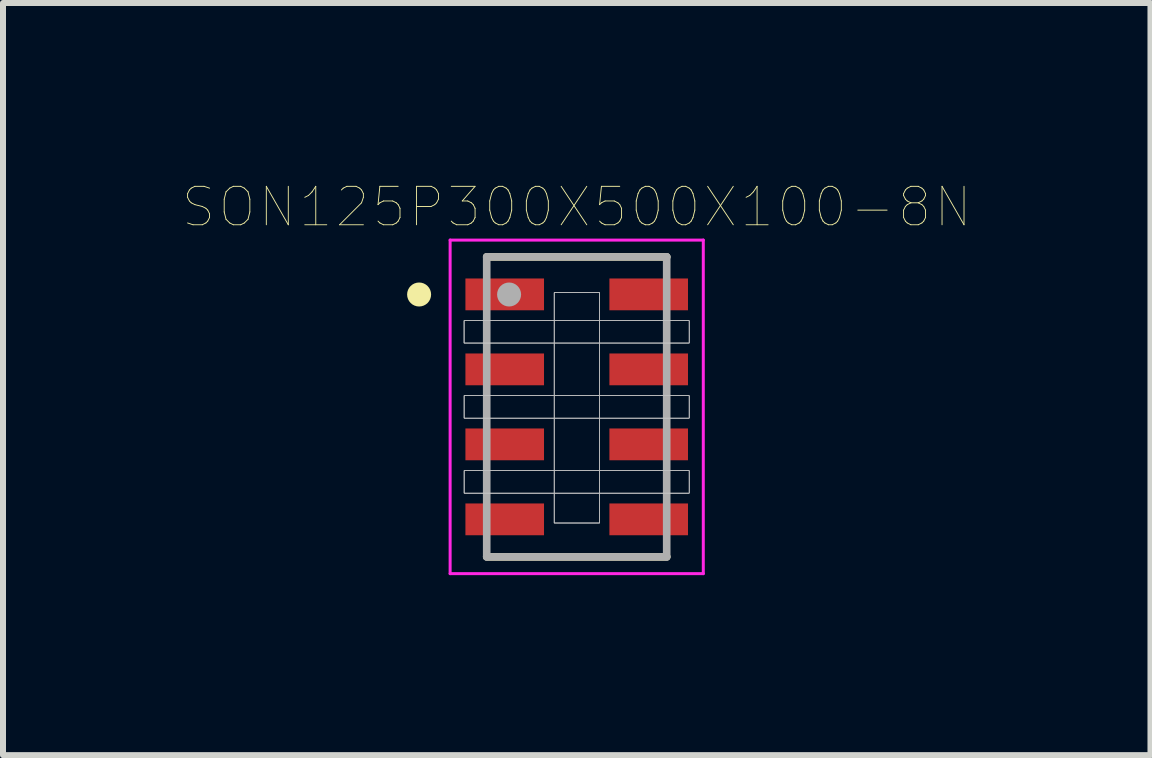
<source format=kicad_pcb>
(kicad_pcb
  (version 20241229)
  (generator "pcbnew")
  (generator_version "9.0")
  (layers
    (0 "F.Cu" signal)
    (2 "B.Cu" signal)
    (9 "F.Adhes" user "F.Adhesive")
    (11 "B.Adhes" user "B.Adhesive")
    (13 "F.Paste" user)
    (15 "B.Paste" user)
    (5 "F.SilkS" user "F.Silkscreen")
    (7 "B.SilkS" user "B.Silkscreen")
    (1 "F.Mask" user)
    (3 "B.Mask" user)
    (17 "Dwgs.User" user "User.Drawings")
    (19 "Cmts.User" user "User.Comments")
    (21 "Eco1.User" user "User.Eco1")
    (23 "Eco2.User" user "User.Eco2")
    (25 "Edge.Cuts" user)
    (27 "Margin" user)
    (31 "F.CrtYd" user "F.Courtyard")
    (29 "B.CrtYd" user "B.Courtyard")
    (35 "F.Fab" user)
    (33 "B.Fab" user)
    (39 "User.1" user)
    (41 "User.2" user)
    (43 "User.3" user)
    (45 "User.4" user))
  (footprint "SON125P300X500X100-8N"
    (layer "F.Cu")
    (at 6.563 3.732)
    (property "Reference" "SON125P300X500X100-8N" (at -0.000003 -3.331 0) (layer "F.SilkS") (effects (font (size 0.641 0.641) (thickness 0.015))))
    (attr through_hole)
    (fp_line (start -1.5 -2.5) (end 1.5 -2.5) (stroke (width 0.127) (type solid)) (layer "F.SilkS"))
    (fp_line (start -1.5 2.5) (end 1.5 2.5) (stroke (width 0.127) (type solid)) (layer "F.SilkS"))
    (fp_circle (center -2.627 -1.873) (end -2.527 -1.873) (stroke (width 0.2) (type solid)) (fill no) (layer "F.SilkS"))
    (fp_poly (pts (xy -1.878 -1.438) (xy 1.875 -1.438) (xy 1.875 -1.064) (xy -1.878 -1.064)) (stroke (width 0.01) (type solid)) (fill no) (layer "Dwgs.User"))
    (fp_poly (pts (xy -1.877 -1.438) (xy 1.875 -1.438) (xy 1.875 -1.064) (xy -1.877 -1.064)) (stroke (width 0.01) (type solid)) (fill no) (layer "Dwgs.User"))
    (fp_poly (pts (xy -1.877 -0.188) (xy 1.875 -0.188) (xy 1.875 0.188) (xy -1.877 0.188)) (stroke (width 0.01) (type solid)) (fill no) (layer "Dwgs.User"))
    (fp_poly (pts (xy -1.877 1.062) (xy 1.875 1.062) (xy 1.875 1.439) (xy -1.877 1.439)) (stroke (width 0.01) (type solid)) (fill no) (layer "Dwgs.User"))
    (fp_poly (pts (xy -1.877 -1.438) (xy 1.875 -1.438) (xy 1.875 -1.063) (xy -1.877 -1.063)) (stroke (width 0.01) (type solid)) (fill no) (layer "Dwgs.User"))
    (fp_poly (pts (xy -1.877 -0.188) (xy 1.875 -0.188) (xy 1.875 0.188) (xy -1.877 0.188)) (stroke (width 0.01) (type solid)) (fill no) (layer "Dwgs.User"))
    (fp_poly (pts (xy -1.877 1.062) (xy 1.875 1.062) (xy 1.875 1.439) (xy -1.877 1.439)) (stroke (width 0.01) (type solid)) (fill no) (layer "Dwgs.User"))
    (fp_poly (pts (xy -1.876 -0.188) (xy 1.875 -0.188) (xy 1.875 0.188) (xy -1.876 0.188)) (stroke (width 0.01) (type solid)) (fill no) (layer "Dwgs.User"))
    (fp_poly (pts (xy -1.875 1.062) (xy 1.875 1.062) (xy 1.875 1.438) (xy -1.875 1.438)) (stroke (width 0.01) (type solid)) (fill no) (layer "Dwgs.User"))
    (fp_poly (pts (xy -0.376 -1.905) (xy 0.381 -1.905) (xy 0.381 1.937) (xy -0.376 1.937)) (stroke (width 0.01) (type solid)) (fill no) (layer "Dwgs.User"))
    (fp_poly (pts (xy -0.375 -1.905) (xy 0.381 -1.905) (xy 0.381 1.936) (xy -0.375 1.936)) (stroke (width 0.01) (type solid)) (fill no) (layer "Dwgs.User"))
    (fp_poly (pts (xy -0.375 -1.905) (xy 0.381 -1.905) (xy 0.381 1.934) (xy -0.375 1.934)) (stroke (width 0.01) (type solid)) (fill no) (layer "Dwgs.User"))
    (fp_line (start -2.11 -2.78) (end -2.11 2.78) (stroke (width 0.05) (type solid)) (layer "F.CrtYd"))
    (fp_line (start -2.11 2.78) (end 2.11 2.78) (stroke (width 0.05) (type solid)) (layer "F.CrtYd"))
    (fp_line (start 2.11 -2.78) (end -2.11 -2.78) (stroke (width 0.05) (type solid)) (layer "F.CrtYd"))
    (fp_line (start 2.11 2.78) (end 2.11 -2.78) (stroke (width 0.05) (type solid)) (layer "F.CrtYd"))
    (fp_line (start -1.5 -2.5) (end -1.5 2.5) (stroke (width 0.127) (type solid)) (layer "F.Fab"))
    (fp_line (start -1.5 2.5) (end 1.5 2.5) (stroke (width 0.127) (type solid)) (layer "F.Fab"))
    (fp_line (start 1.5 -2.5) (end -1.5 -2.5) (stroke (width 0.127) (type solid)) (layer "F.Fab"))
    (fp_line (start 1.5 2.5) (end 1.5 -2.5) (stroke (width 0.127) (type solid)) (layer "F.Fab"))
    (fp_circle (center -1.127 -1.873) (end -1.027 -1.873) (stroke (width 0.2) (type solid)) (fill no) (layer "F.Fab"))
    (pad "1" smd rect (at -1.2 -1.875) (size 1.31 0.53) (layers "F.Cu" "F.Mask" "F.Paste"))
    (pad "2" smd rect (at -1.2 -0.625) (size 1.31 0.53) (layers "F.Cu" "F.Mask" "F.Paste"))
    (pad "3" smd rect (at -1.2 0.625) (size 1.31 0.53) (layers "F.Cu" "F.Mask" "F.Paste"))
    (pad "4" smd rect (at -1.2 1.875) (size 1.31 0.53) (layers "F.Cu" "F.Mask" "F.Paste"))
    (pad "5" smd rect (at 1.2 1.875) (size 1.31 0.53) (layers "F.Cu" "F.Mask" "F.Paste"))
    (pad "6" smd rect (at 1.2 0.625) (size 1.31 0.53) (layers "F.Cu" "F.Mask" "F.Paste"))
    (pad "7" smd rect (at 1.2 -0.625) (size 1.31 0.53) (layers "F.Cu" "F.Mask" "F.Paste"))
    (pad "8" smd rect (at 1.2 -1.875) (size 1.31 0.53) (layers "F.Cu" "F.Mask" "F.Paste")))
  (gr_rect
    (start -3 -3)
    (end 16.127 9.537)
    (stroke (width 0.1) (type default))
    (fill no)
    (layer "Edge.Cuts")))
</source>
